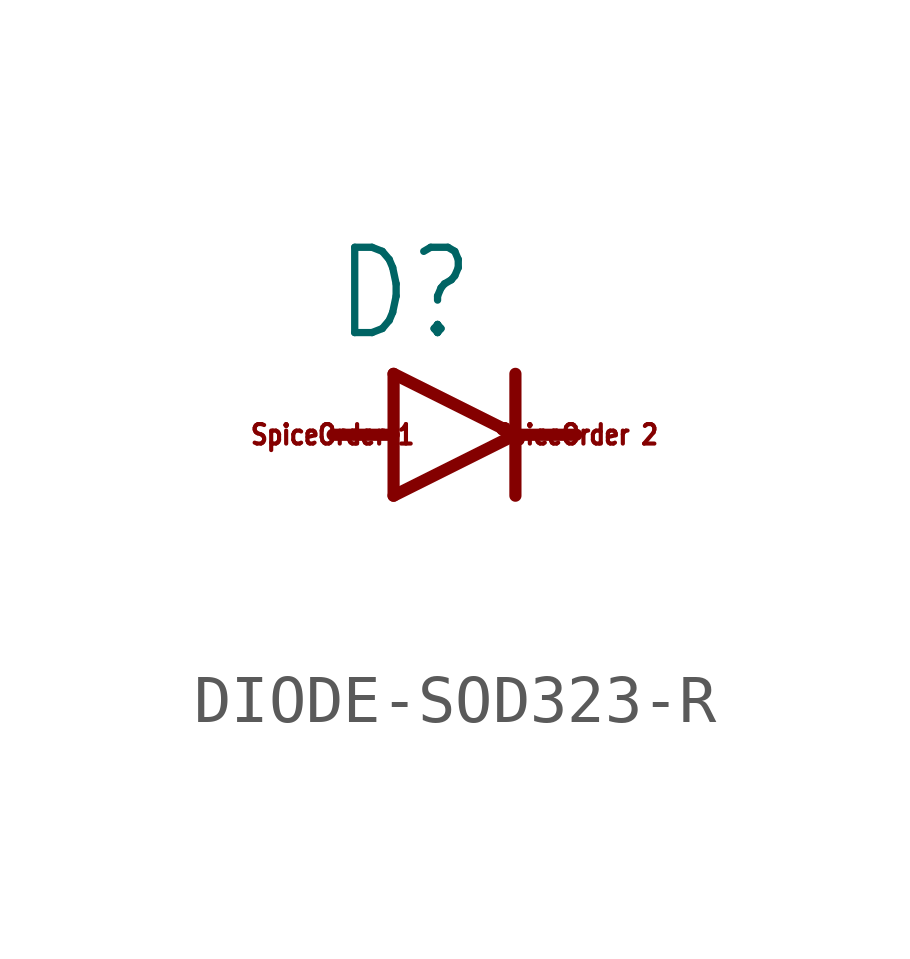
<source format=kicad_sym>
(kicad_symbol_lib
  (version 20220914)
  (generator kicad_symbol_editor)
  (symbol "DIODE-SOD323-R"
    (property "Reference" "D"
      (at -2.54 1.905 0)
      (effects (font (size 1.778 1.511)) (justify left bottom)))
    (property "Value" ""
      (at -2.54 -3.81 0)
      (effects (font (size 1.778 1.511)) (justify left bottom)))
    (property "ki_locked" ""
      (at 0 0 0)
      (effects (font (size 1.27 1.27))))
    (symbol "DIODE-SOD323-R_1_0"
      (polyline (pts (xy -1.27 -1.27) (xy 1.27 0)) (stroke (width 0.254) (type solid)) (fill (type none)))
      (polyline (pts (xy -1.27 0) (xy -2.54 0)) (stroke (width 0.254) (type solid)) (fill (type none)))
      (polyline (pts (xy -1.27 0) (xy -1.27 -1.27)) (stroke (width 0.254) (type solid)) (fill (type none)))
      (polyline (pts (xy -1.27 1.27) (xy -1.27 0)) (stroke (width 0.254) (type solid)) (fill (type none)))
      (polyline (pts (xy 1.27 0) (xy -1.27 1.27)) (stroke (width 0.254) (type solid)) (fill (type none)))
      (polyline (pts (xy 1.27 0) (xy 1.27 -1.27)) (stroke (width 0.254) (type solid)) (fill (type none)))
      (polyline (pts (xy 1.27 1.27) (xy 1.27 0)) (stroke (width 0.254) (type solid)) (fill (type none)))
      (polyline (pts (xy 2.54 0) (xy 1.27 0)) (stroke (width 0.254) (type solid)) (fill (type none)))
      (text "SpiceOrder 1" (at -2.54 0 0) (effects (font (size 0.406 0.345))))
      (text "SpiceOrder 2" (at 2.54 0 0) (effects (font (size 0.406 0.345))))
      (pin passive line (at -2.54 0 0) (length 0) (name "A" (effects (font (size 0 0)))) (number "A" (effects (font (size 0 0)))))
      (pin passive line (at 2.54 0 180) (length 0) (name "C" (effects (font (size 0 0)))) (number "C" (effects (font (size 0 0))))))))
</source>
